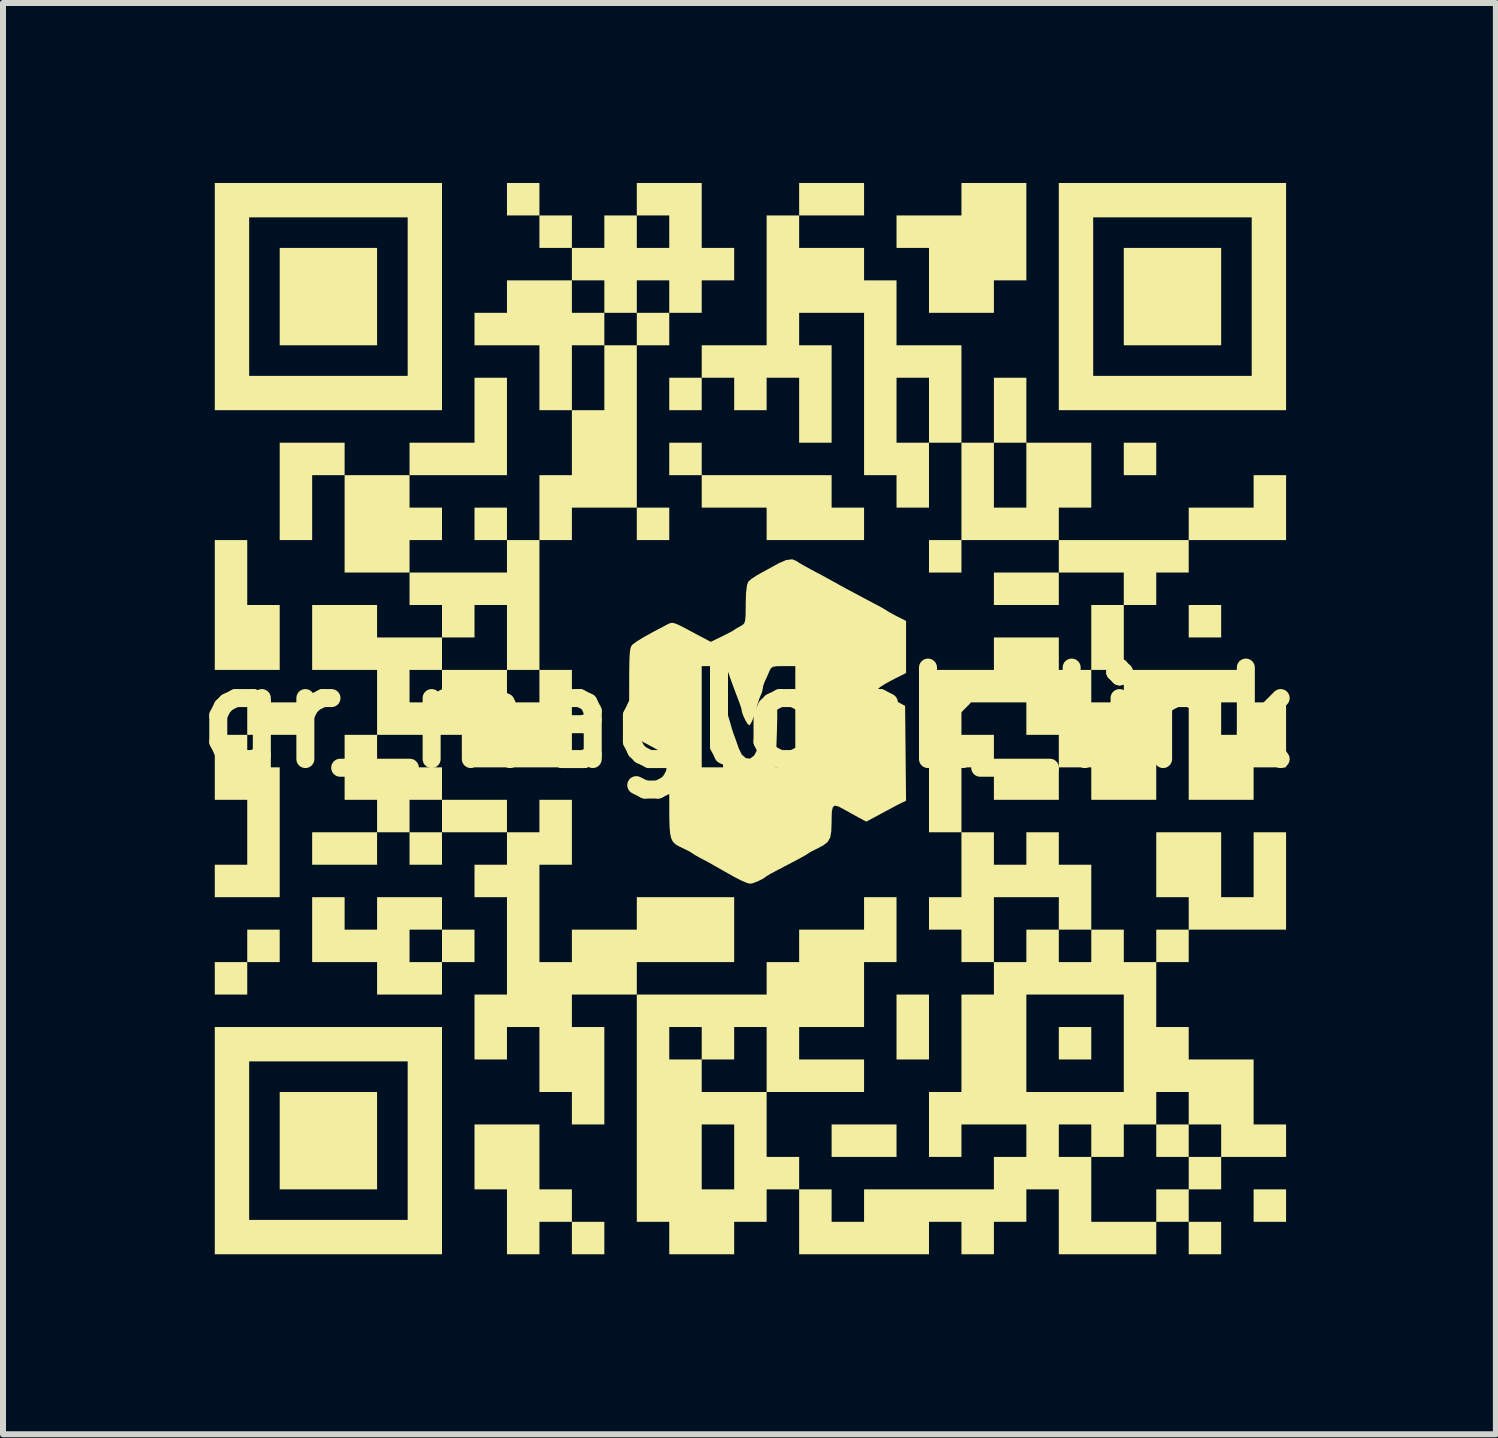
<source format=kicad_pcb>
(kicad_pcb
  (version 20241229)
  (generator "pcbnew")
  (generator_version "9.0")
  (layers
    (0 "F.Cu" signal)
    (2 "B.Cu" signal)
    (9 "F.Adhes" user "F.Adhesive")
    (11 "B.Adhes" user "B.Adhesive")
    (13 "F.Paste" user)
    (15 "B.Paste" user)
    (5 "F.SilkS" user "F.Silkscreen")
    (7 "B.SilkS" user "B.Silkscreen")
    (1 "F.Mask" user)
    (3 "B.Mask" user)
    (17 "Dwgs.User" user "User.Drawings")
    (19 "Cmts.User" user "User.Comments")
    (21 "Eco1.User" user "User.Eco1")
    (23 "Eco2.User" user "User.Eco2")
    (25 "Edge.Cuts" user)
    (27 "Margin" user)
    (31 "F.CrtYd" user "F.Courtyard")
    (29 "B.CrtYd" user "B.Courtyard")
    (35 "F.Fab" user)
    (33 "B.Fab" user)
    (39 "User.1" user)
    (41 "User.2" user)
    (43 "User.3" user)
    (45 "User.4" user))
  (footprint "qr_maglock_link"
    (layer "F.Cu")
    (at 9.442 8.912)
    (property "Reference" "qr_maglock_link" (at 0 0 0) (layer "F.SilkS") (effects (font (size 1.524 1.524) (thickness 0.3))))
    (attr board_only exclude_from_pos_files exclude_from_bom)
    (fp_poly (pts (xy -8.371 4.615) (xy -8.912 4.615) (xy -8.912 4.074) (xy -8.371 4.074)) (stroke (width 0) (type solid)) (fill yes) (layer "F.SilkS"))
    (fp_poly (pts (xy -7.83 4.074) (xy -8.371 4.074) (xy -8.371 3.533) (xy -7.83 3.533)) (stroke (width 0) (type solid)) (fill yes) (layer "F.SilkS"))
    (fp_poly (pts (xy -7.289 0.286) (xy -8.371 0.286) (xy -8.371 -0.255) (xy -7.289 -0.255)) (stroke (width 0) (type solid)) (fill yes) (layer "F.SilkS"))
    (fp_poly (pts (xy -6.207 -6.207) (xy -7.83 -6.207) (xy -7.83 -7.83) (xy -6.207 -7.83)) (stroke (width 0) (type solid)) (fill yes) (layer "F.SilkS"))
    (fp_poly (pts (xy -6.207 2.451) (xy -7.289 2.451) (xy -7.289 1.91) (xy -6.207 1.91)) (stroke (width 0) (type solid)) (fill yes) (layer "F.SilkS"))
    (fp_poly (pts (xy -6.207 7.862) (xy -7.83 7.862) (xy -7.83 6.239) (xy -6.207 6.239)) (stroke (width 0) (type solid)) (fill yes) (layer "F.SilkS"))
    (fp_poly (pts (xy -5.125 2.451) (xy -5.666 2.451) (xy -5.666 1.91) (xy -5.125 1.91)) (stroke (width 0) (type solid)) (fill yes) (layer "F.SilkS"))
    (fp_poly (pts (xy -4.042 -2.96) (xy -4.583 -2.96) (xy -4.583 -3.501) (xy -4.042 -3.501)) (stroke (width 0) (type solid)) (fill yes) (layer "F.SilkS"))
    (fp_poly (pts (xy -4.042 1.91) (xy -5.125 1.91) (xy -5.125 1.369) (xy -4.042 1.369)) (stroke (width 0) (type solid)) (fill yes) (layer "F.SilkS"))
    (fp_poly (pts (xy -3.501 -8.371) (xy -4.042 -8.371) (xy -4.042 -8.912) (xy -3.501 -8.912)) (stroke (width 0) (type solid)) (fill yes) (layer "F.SilkS"))
    (fp_poly (pts (xy -2.96 -7.83) (xy -3.501 -7.83) (xy -3.501 -8.371) (xy -2.96 -8.371)) (stroke (width 0) (type solid)) (fill yes) (layer "F.SilkS"))
    (fp_poly (pts (xy -2.419 8.944) (xy -2.96 8.944) (xy -2.96 8.403) (xy -2.419 8.403)) (stroke (width 0) (type solid)) (fill yes) (layer "F.SilkS"))
    (fp_poly (pts (xy -1.337 -2.96) (xy -1.878 -2.96) (xy -1.878 -3.501) (xy -1.337 -3.501)) (stroke (width 0) (type solid)) (fill yes) (layer "F.SilkS"))
    (fp_poly (pts (xy -0.796 -5.125) (xy -1.337 -5.125) (xy -1.337 -5.666) (xy -0.796 -5.666)) (stroke (width 0) (type solid)) (fill yes) (layer "F.SilkS"))
    (fp_poly (pts (xy -0.796 -4.042) (xy -1.337 -4.042) (xy -1.337 -4.583) (xy -0.796 -4.583)) (stroke (width 0) (type solid)) (fill yes) (layer "F.SilkS"))
    (fp_poly (pts (xy 1.91 -8.371) (xy 0.828 -8.371) (xy 0.828 -8.912) (xy 1.91 -8.912)) (stroke (width 0) (type solid)) (fill yes) (layer "F.SilkS"))
    (fp_poly (pts (xy 2.451 7.321) (xy 1.369 7.321) (xy 1.369 6.78) (xy 2.451 6.78)) (stroke (width 0) (type solid)) (fill yes) (layer "F.SilkS"))
    (fp_poly (pts (xy 2.992 5.697) (xy 2.451 5.697) (xy 2.451 4.615) (xy 2.992 4.615)) (stroke (width 0) (type solid)) (fill yes) (layer "F.SilkS"))
    (fp_poly (pts (xy 3.533 -2.419) (xy 2.992 -2.419) (xy 2.992 -2.96) (xy 3.533 -2.96)) (stroke (width 0) (type solid)) (fill yes) (layer "F.SilkS"))
    (fp_poly (pts (xy 5.156 -1.878) (xy 4.074 -1.878) (xy 4.074 -2.419) (xy 5.156 -2.419)) (stroke (width 0) (type solid)) (fill yes) (layer "F.SilkS"))
    (fp_poly (pts (xy 5.697 5.697) (xy 5.156 5.697) (xy 5.156 5.156) (xy 5.697 5.156)) (stroke (width 0) (type solid)) (fill yes) (layer "F.SilkS"))
    (fp_poly (pts (xy 6.78 -4.042) (xy 6.239 -4.042) (xy 6.239 -4.583) (xy 6.78 -4.583)) (stroke (width 0) (type solid)) (fill yes) (layer "F.SilkS"))
    (fp_poly (pts (xy 7.321 4.074) (xy 6.78 4.074) (xy 6.78 3.533) (xy 7.321 3.533)) (stroke (width 0) (type solid)) (fill yes) (layer "F.SilkS"))
    (fp_poly (pts (xy 7.321 7.321) (xy 6.78 7.321) (xy 6.78 6.78) (xy 7.321 6.78)) (stroke (width 0) (type solid)) (fill yes) (layer "F.SilkS"))
    (fp_poly (pts (xy 7.862 -6.207) (xy 6.239 -6.207) (xy 6.239 -7.83) (xy 7.862 -7.83)) (stroke (width 0) (type solid)) (fill yes) (layer "F.SilkS"))
    (fp_poly (pts (xy 7.862 -1.337) (xy 7.321 -1.337) (xy 7.321 -1.878) (xy 7.862 -1.878)) (stroke (width 0) (type solid)) (fill yes) (layer "F.SilkS"))
    (fp_poly (pts (xy 7.862 8.944) (xy 7.321 8.944) (xy 7.321 8.403) (xy 7.862 8.403)) (stroke (width 0) (type solid)) (fill yes) (layer "F.SilkS"))
    (fp_poly (pts (xy 8.944 8.403) (xy 8.403 8.403) (xy 8.403 7.862) (xy 8.944 7.862)) (stroke (width 0) (type solid)) (fill yes) (layer "F.SilkS"))
    (fp_poly (pts (xy -8.371 -1.878) (xy -7.83 -1.878) (xy -7.83 -0.796) (xy -8.912 -0.796) (xy -8.912 -2.96) (xy -8.371 -2.96)) (stroke (width 0) (type solid)) (fill yes) (layer "F.SilkS"))
    (fp_poly (pts (xy -6.748 -4.042) (xy -7.289 -4.042) (xy -7.289 -2.96) (xy -7.83 -2.96) (xy -7.83 -4.583) (xy -6.748 -4.583)) (stroke (width 0) (type solid)) (fill yes) (layer "F.SilkS"))
    (fp_poly (pts (xy -4.042 -4.042) (xy -5.666 -4.042) (xy -5.666 -4.583) (xy -4.583 -4.583) (xy -4.583 -5.666) (xy -4.042 -5.666)) (stroke (width 0) (type solid)) (fill yes) (layer "F.SilkS"))
    (fp_poly (pts (xy 8.944 -2.96) (xy 7.321 -2.96) (xy 7.321 -3.501) (xy 8.403 -3.501) (xy 8.403 -4.042) (xy 8.944 -4.042)) (stroke (width 0) (type solid)) (fill yes) (layer "F.SilkS"))
    (fp_poly (pts (xy -5.666 -3.501) (xy -5.125 -3.501) (xy -5.125 -2.96) (xy -5.666 -2.96) (xy -5.666 -2.419) (xy -6.748 -2.419) (xy -6.748 -4.042) (xy -5.666 -4.042)) (stroke (width 0) (type solid)) (fill yes) (layer "F.SilkS"))
    (fp_poly (pts (xy 1.369 -3.501) (xy 1.91 -3.501) (xy 1.91 -2.96) (xy 0.286 -2.96) (xy 0.286 -3.501) (xy -0.796 -3.501) (xy -0.796 -4.042) (xy 1.369 -4.042)) (stroke (width 0) (type solid)) (fill yes) (layer "F.SilkS"))
    (fp_poly (pts (xy 5.156 -2.96) (xy 7.321 -2.96) (xy 7.321 -2.419) (xy 6.78 -2.419) (xy 6.78 -1.878) (xy 6.239 -1.878) (xy 6.239 -2.419) (xy 5.156 -2.419)) (stroke (width 0) (type solid)) (fill yes) (layer "F.SilkS"))
    (fp_poly (pts (xy -8.371 0.828) (xy -7.83 0.828) (xy -7.83 2.992) (xy -8.912 2.992) (xy -8.912 2.451) (xy -8.371 2.451) (xy -8.371 1.369) (xy -8.912 1.369) (xy -8.912 0.286) (xy -8.371 0.286)) (stroke (width 0) (type solid)) (fill yes) (layer "F.SilkS"))
    (fp_poly (pts (xy -6.207 0.828) (xy -5.125 0.828) (xy -5.125 1.369) (xy -5.666 1.369) (xy -5.666 1.91) (xy -6.207 1.91) (xy -6.207 1.369) (xy -6.748 1.369) (xy -6.748 0.286) (xy -6.207 0.286)) (stroke (width 0) (type solid)) (fill yes) (layer "F.SilkS"))
    (fp_poly (pts (xy -3.501 7.862) (xy -2.96 7.862) (xy -2.96 8.403) (xy -3.501 8.403) (xy -3.501 8.944) (xy -4.042 8.944) (xy -4.042 7.862) (xy -4.583 7.862) (xy -4.583 6.78) (xy -3.501 6.78)) (stroke (width 0) (type solid)) (fill yes) (layer "F.SilkS"))
    (fp_poly (pts (xy 4.615 -7.289) (xy 4.074 -7.289) (xy 4.074 -6.748) (xy 2.992 -6.748) (xy 2.992 -7.83) (xy 2.451 -7.83) (xy 2.451 -8.371) (xy 3.533 -8.371) (xy 3.533 -8.912) (xy 4.615 -8.912)) (stroke (width 0) (type solid)) (fill yes) (layer "F.SilkS"))
    (fp_poly (pts (xy 7.862 2.992) (xy 8.403 2.992) (xy 8.403 1.91) (xy 8.944 1.91) (xy 8.944 3.533) (xy 7.321 3.533) (xy 7.321 2.992) (xy 6.78 2.992) (xy 6.78 1.91) (xy 7.862 1.91)) (stroke (width 0) (type solid)) (fill yes) (layer "F.SilkS"))
    (fp_poly (pts (xy -5.125 -5.125) (xy -8.912 -5.125) (xy -8.912 -5.697) (xy -8.339 -5.697) (xy -5.697 -5.697) (xy -5.697 -8.339) (xy -8.339 -8.339) (xy -8.339 -5.697) (xy -8.912 -5.697) (xy -8.912 -8.912) (xy -5.125 -8.912)) (stroke (width 0) (type solid)) (fill yes) (layer "F.SilkS"))
    (fp_poly (pts (xy -5.125 8.944) (xy -8.912 8.944) (xy -8.912 8.371) (xy -8.339 8.371) (xy -5.697 8.371) (xy -5.697 5.729) (xy -8.339 5.729) (xy -8.339 8.371) (xy -8.912 8.371) (xy -8.912 5.156) (xy -5.125 5.156)) (stroke (width 0) (type solid)) (fill yes) (layer "F.SilkS"))
    (fp_poly (pts (xy 8.944 -5.125) (xy 5.156 -5.125) (xy 5.156 -5.697) (xy 5.729 -5.697) (xy 8.371 -5.697) (xy 8.371 -8.339) (xy 5.729 -8.339) (xy 5.729 -5.697) (xy 5.156 -5.697) (xy 5.156 -8.912) (xy 8.944 -8.912)) (stroke (width 0) (type solid)) (fill yes) (layer "F.SilkS"))
    (fp_poly (pts (xy 5.697 -4.583) (xy 5.697 -3.501) (xy 5.156 -3.501) (xy 5.156 -2.96) (xy 3.533 -2.96) (xy 3.533 -3.501) (xy 4.074 -3.501) (xy 4.615 -3.501) (xy 4.615 -4.583) (xy 4.074 -4.583) (xy 4.074 -3.501) (xy 3.533 -3.501) (xy 3.533 -4.583) (xy 4.074 -4.583) (xy 4.074 -5.666) (xy 4.615 -5.666) (xy 4.615 -4.583)) (stroke (width 0) (type solid)) (fill yes) (layer "F.SilkS"))
    (fp_poly (pts (xy -4.583 3.533) (xy -4.583 4.074) (xy -5.125 4.074) (xy -5.125 4.615) (xy -6.207 4.615) (xy -6.207 4.074) (xy -5.666 4.074) (xy -5.125 4.074) (xy -5.125 3.533) (xy -5.666 3.533) (xy -5.666 4.074) (xy -6.207 4.074) (xy -7.289 4.074) (xy -7.289 2.992) (xy -6.748 2.992) (xy -6.748 3.533) (xy -6.207 3.533) (xy -6.207 2.992) (xy -5.125 2.992) (xy -5.125 3.533)) (stroke (width 0) (type solid)) (fill yes) (layer "F.SilkS"))
    (fp_poly (pts (xy -2.96 2.451) (xy -3.501 2.451) (xy -3.501 4.074) (xy -2.96 4.074) (xy -2.96 3.533) (xy -1.878 3.533) (xy -1.878 2.992) (xy -0.255 2.992) (xy -0.255 4.074) (xy -1.878 4.074) (xy -1.878 4.615) (xy -2.96 4.615) (xy -2.96 5.156) (xy -2.419 5.156) (xy -2.419 6.78) (xy -2.96 6.78) (xy -2.96 6.239) (xy -3.501 6.239) (xy -3.501 5.156) (xy -4.042 5.156) (xy -4.042 5.697) (xy -4.583 5.697) (xy -4.583 4.615) (xy -4.042 4.615) (xy -4.042 2.992) (xy -4.583 2.992) (xy -4.583 2.451) (xy -4.042 2.451) (xy -4.042 1.91) (xy -3.501 1.91) (xy -3.501 1.369) (xy -2.96 1.369)) (stroke (width 0) (type solid)) (fill yes) (layer "F.SilkS"))
    (fp_poly (pts (xy -0.796 -6.207) (xy 0.286 -6.207) (xy 0.286 -8.371) (xy 0.828 -8.371) (xy 0.828 -7.83) (xy 1.91 -7.83) (xy 1.91 -7.289) (xy 2.451 -7.289) (xy 2.451 -6.207) (xy 3.533 -6.207) (xy 3.533 -4.583) (xy 2.992 -4.583) (xy 2.992 -3.501) (xy 2.451 -3.501) (xy 2.451 -4.042) (xy 1.91 -4.042) (xy 1.91 -4.583) (xy 2.451 -4.583) (xy 2.992 -4.583) (xy 2.992 -5.666) (xy 2.451 -5.666) (xy 2.451 -4.583) (xy 1.91 -4.583) (xy 1.91 -6.748) (xy 0.828 -6.748) (xy 0.828 -6.207) (xy 1.369 -6.207) (xy 1.369 -4.583) (xy 0.828 -4.583) (xy 0.828 -5.666) (xy 0.286 -5.666) (xy 0.286 -5.125) (xy -0.255 -5.125) (xy -0.255 -5.666) (xy -0.796 -5.666)) (stroke (width 0) (type solid)) (fill yes) (layer "F.SilkS"))
    (fp_poly (pts (xy -6.207 -0.796) (xy -7.289 -0.796) (xy -7.289 -1.878) (xy -6.207 -1.878) (xy -6.207 -1.337) (xy -5.125 -1.337) (xy -5.125 -1.878) (xy -5.666 -1.878) (xy -5.666 -2.419) (xy -4.042 -2.419) (xy -4.042 -2.96) (xy -3.501 -2.96) (xy -3.501 -0.796) (xy -2.96 -0.796) (xy -2.96 0.828) (xy -4.583 0.828) (xy -4.583 0.286) (xy -6.207 0.286) (xy -6.207 -0.255) (xy -5.666 -0.255) (xy -5.125 -0.255) (xy -4.042 -0.255) (xy -3.501 -0.255) (xy -3.501 -0.796) (xy -4.042 -0.796) (xy -4.042 -0.255) (xy -5.125 -0.255) (xy -5.125 -0.796) (xy -4.042 -0.796) (xy -4.042 -1.878) (xy -4.583 -1.878) (xy -4.583 -1.337) (xy -5.125 -1.337) (xy -5.125 -0.796) (xy -5.666 -0.796) (xy -5.666 -0.255) (xy -6.207 -0.255)) (stroke (width 0) (type solid)) (fill yes) (layer "F.SilkS"))
    (fp_poly (pts (xy 2.451 4.074) (xy 1.91 4.074) (xy 1.91 5.156) (xy 0.828 5.156) (xy 0.828 5.697) (xy 1.91 5.697) (xy 1.91 6.239) (xy 0.286 6.239) (xy 0.286 7.321) (xy 0.828 7.321) (xy 0.828 7.862) (xy 0.286 7.862) (xy 0.286 8.403) (xy -0.255 8.403) (xy -0.255 8.944) (xy -1.337 8.944) (xy -1.337 8.403) (xy -1.878 8.403) (xy -1.878 7.862) (xy -0.796 7.862) (xy -0.255 7.862) (xy -0.255 6.78) (xy -0.796 6.78) (xy -0.796 7.862) (xy -1.878 7.862) (xy -1.878 6.239) (xy -0.796 6.239) (xy 0.286 6.239) (xy 0.286 5.156) (xy -0.255 5.156) (xy -0.255 5.697) (xy -0.796 5.697) (xy -0.796 6.239) (xy -1.878 6.239) (xy -1.878 5.697) (xy -1.337 5.697) (xy -0.796 5.697) (xy -0.796 5.156) (xy -1.337 5.156) (xy -1.337 5.697) (xy -1.878 5.697) (xy -1.878 4.615) (xy 0.286 4.615) (xy 0.286 4.074) (xy 0.828 4.074) (xy 0.828 3.533) (xy 1.91 3.533) (xy 1.91 2.992) (xy 2.451 2.992)) (stroke (width 0) (type solid)) (fill yes) (layer "F.SilkS"))
    (fp_poly (pts (xy -0.796 -7.83) (xy -0.255 -7.83) (xy -0.255 -7.289) (xy -0.796 -7.289) (xy -0.796 -6.748) (xy -1.337 -6.748) (xy -1.337 -6.207) (xy -1.878 -6.207) (xy -1.878 -3.501) (xy -2.96 -3.501) (xy -2.96 -2.96) (xy -3.501 -2.96) (xy -3.501 -4.042) (xy -2.96 -4.042) (xy -2.96 -5.125) (xy -2.419 -5.125) (xy -2.419 -6.207) (xy -1.878 -6.207) (xy -1.878 -6.748) (xy -1.337 -6.748) (xy -1.337 -7.289) (xy -1.878 -7.289) (xy -1.878 -6.748) (xy -2.419 -6.748) (xy -2.419 -6.207) (xy -2.96 -6.207) (xy -2.96 -5.125) (xy -3.501 -5.125) (xy -3.501 -6.207) (xy -4.583 -6.207) (xy -4.583 -6.748) (xy -4.042 -6.748) (xy -2.96 -6.748) (xy -2.419 -6.748) (xy -2.419 -7.289) (xy -2.96 -7.289) (xy -2.96 -6.748) (xy -4.042 -6.748) (xy -4.042 -7.289) (xy -2.96 -7.289) (xy -2.96 -7.83) (xy -2.419 -7.83) (xy -1.878 -7.83) (xy -1.337 -7.83) (xy -1.337 -8.371) (xy -1.878 -8.371) (xy -1.878 -7.83) (xy -2.419 -7.83) (xy -2.419 -8.371) (xy -1.878 -8.371) (xy -1.878 -8.912) (xy -0.796 -8.912)) (stroke (width 0) (type solid)) (fill yes) (layer "F.SilkS"))
    (fp_poly (pts (xy 8.944 -0.255) (xy 8.944 0.828) (xy 8.403 0.828) (xy 8.403 1.369) (xy 7.321 1.369) (xy 7.321 0.286) (xy 7.862 0.286) (xy 8.403 0.286) (xy 8.403 -0.255) (xy 7.862 -0.255) (xy 7.862 0.286) (xy 7.321 0.286) (xy 7.321 -0.255) (xy 6.78 -0.255) (xy 6.78 1.369) (xy 5.697 1.369) (xy 5.697 0.828) (xy 5.156 0.828) (xy 5.156 1.369) (xy 4.074 1.369) (xy 4.074 0.828) (xy 3.533 0.828) (xy 3.533 1.91) (xy 2.992 1.91) (xy 2.992 0.286) (xy 3.533 0.286) (xy 4.074 0.286) (xy 4.074 0.828) (xy 5.156 0.828) (xy 5.156 0.286) (xy 4.615 0.286) (xy 4.615 -0.255) (xy 5.697 -0.255) (xy 6.239 -0.255) (xy 6.239 -0.796) (xy 5.697 -0.796) (xy 5.697 -0.255) (xy 4.615 -0.255) (xy 3.533 -0.255) (xy 3.533 0.286) (xy 2.992 0.286) (xy 2.992 -0.796) (xy 4.074 -0.796) (xy 4.074 -1.337) (xy 5.156 -1.337) (xy 5.156 -0.796) (xy 5.697 -0.796) (xy 5.697 -1.878) (xy 6.239 -1.878) (xy 6.239 -0.796) (xy 8.403 -0.796) (xy 8.403 -0.255)) (stroke (width 0) (type solid)) (fill yes) (layer "F.SilkS"))
    (fp_poly (pts (xy 6.239 3.533) (xy 6.239 4.074) (xy 6.78 4.074) (xy 6.78 5.156) (xy 7.321 5.156) (xy 7.321 5.697) (xy 8.403 5.697) (xy 8.403 6.78) (xy 8.944 6.78) (xy 8.944 7.321) (xy 7.862 7.321) (xy 7.862 7.862) (xy 7.321 7.862) (xy 7.321 8.403) (xy 6.78 8.403) (xy 6.78 8.944) (xy 5.156 8.944) (xy 5.156 8.403) (xy 5.697 8.403) (xy 6.78 8.403) (xy 6.78 7.862) (xy 7.321 7.862) (xy 7.321 7.321) (xy 7.862 7.321) (xy 7.862 6.78) (xy 7.321 6.78) (xy 7.321 6.239) (xy 6.78 6.239) (xy 6.78 6.78) (xy 6.239 6.78) (xy 6.239 7.321) (xy 5.697 7.321) (xy 5.697 8.403) (xy 5.156 8.403) (xy 5.156 7.862) (xy 4.615 7.862) (xy 4.615 8.403) (xy 4.074 8.403) (xy 4.074 8.944) (xy 3.533 8.944) (xy 3.533 8.403) (xy 2.992 8.403) (xy 2.992 8.944) (xy 0.828 8.944) (xy 0.828 7.862) (xy 1.369 7.862) (xy 1.369 8.403) (xy 1.91 8.403) (xy 1.91 7.862) (xy 4.074 7.862) (xy 4.074 7.321) (xy 4.615 7.321) (xy 5.156 7.321) (xy 5.697 7.321) (xy 5.697 6.78) (xy 5.156 6.78) (xy 5.156 7.321) (xy 4.615 7.321) (xy 4.615 6.78) (xy 3.533 6.78) (xy 3.533 7.321) (xy 2.992 7.321) (xy 2.992 6.239) (xy 3.533 6.239) (xy 4.615 6.239) (xy 6.239 6.239) (xy 6.239 4.615) (xy 4.615 4.615) (xy 4.615 6.239) (xy 3.533 6.239) (xy 3.533 4.615) (xy 4.074 4.615) (xy 4.074 4.074) (xy 4.615 4.074) (xy 5.156 4.074) (xy 5.697 4.074) (xy 5.697 3.533) (xy 5.156 3.533) (xy 5.156 4.074) (xy 4.615 4.074) (xy 4.615 3.533) (xy 5.156 3.533) (xy 5.156 2.992) (xy 4.074 2.992) (xy 4.074 4.074) (xy 3.533 4.074) (xy 3.533 3.533) (xy 2.992 3.533) (xy 2.992 2.992) (xy 3.533 2.992) (xy 3.533 1.91) (xy 4.074 1.91) (xy 4.074 2.451) (xy 4.615 2.451) (xy 4.615 1.91) (xy 5.156 1.91) (xy 5.156 2.451) (xy 5.697 2.451) (xy 5.697 3.533)) (stroke (width 0) (type solid)) (fill yes) (layer "F.SilkS"))
    (fp_poly (pts (xy 0.781 -2.612) (xy 0.823 -2.584) (xy 0.904 -2.536) (xy 1.011 -2.478) (xy 1.034 -2.465) (xy 1.165 -2.396) (xy 1.296 -2.325) (xy 1.399 -2.268) (xy 1.401 -2.267) (xy 1.561 -2.178) (xy 1.766 -2.068) (xy 2.001 -1.943) (xy 2.101 -1.89) (xy 2.195 -1.84) (xy 2.265 -1.8) (xy 2.292 -1.782) (xy 2.327 -1.76) (xy 2.4 -1.72) (xy 2.459 -1.689) (xy 2.61 -1.613) (xy 2.61 -0.745) (xy 2.37 -0.623) (xy 2.262 -0.564) (xy 2.182 -0.513) (xy 2.142 -0.478) (xy 2.14 -0.47) (xy 2.171 -0.442) (xy 2.244 -0.393) (xy 2.345 -0.333) (xy 2.372 -0.318) (xy 2.594 -0.196) (xy 2.602 0.594) (xy 2.61 1.385) (xy 2.539 1.418) (xy 2.479 1.448) (xy 2.381 1.5) (xy 2.261 1.564) (xy 2.207 1.593) (xy 1.947 1.733) (xy 1.825 1.667) (xy 1.712 1.605) (xy 1.596 1.54) (xy 1.583 1.533) (xy 1.487 1.482) (xy 1.425 1.465) (xy 1.39 1.49) (xy 1.373 1.562) (xy 1.369 1.69) (xy 1.369 1.735) (xy 1.364 1.889) (xy 1.346 1.996) (xy 1.305 2.07) (xy 1.232 2.128) (xy 1.125 2.184) (xy 1.045 2.223) (xy 0.994 2.252) (xy 0.987 2.258) (xy 0.949 2.283) (xy 0.857 2.335) (xy 0.708 2.414) (xy 0.503 2.522) (xy 0.43 2.56) (xy 0.349 2.603) (xy 0.296 2.635) (xy 0.286 2.642) (xy 0.228 2.683) (xy 0.142 2.726) (xy 0.057 2.759) (xy 0.011 2.768) (xy -0.046 2.753) (xy -0.137 2.714) (xy -0.239 2.662) (xy -0.361 2.594) (xy -0.481 2.526) (xy -0.557 2.483) (xy -0.671 2.418) (xy -0.791 2.354) (xy -0.812 2.343) (xy -0.892 2.299) (xy -0.945 2.266) (xy -0.955 2.258) (xy -0.991 2.235) (xy -1.064 2.198) (xy -1.093 2.184) (xy -1.171 2.147) (xy -1.23 2.112) (xy -1.274 2.071) (xy -1.303 2.014) (xy -1.322 1.933) (xy -1.332 1.818) (xy -1.336 1.662) (xy -1.337 1.455) (xy -1.337 1.345) (xy -1.339 1.145) (xy -1.342 0.966) (xy -1.346 0.828) (xy -0.796 0.828) (xy -0.439 0.828) (xy -0.458 0.485) (xy -0.469 0.32) (xy -0.48 0.155) (xy -0.491 0.016) (xy -0.497 -0.043) (xy -0.502 -0.165) (xy -0.492 -0.244) (xy -0.482 -0.263) (xy -0.449 -0.273) (xy -0.428 -0.236) (xy -0.399 -0.153) (xy -0.383 -0.111) (xy -0.359 -0.042) (xy -0.329 0.057) (xy -0.318 0.095) (xy -0.289 0.197) (xy -0.261 0.282) (xy -0.253 0.302) (xy -0.227 0.372) (xy -0.193 0.47) (xy -0.18 0.508) (xy -0.128 0.615) (xy -0.061 0.674) (xy 0.01 0.682) (xy 0.076 0.633) (xy 0.08 0.627) (xy 0.116 0.56) (xy 0.127 0.518) (xy 0.142 0.456) (xy 0.158 0.421) (xy 0.183 0.364) (xy 0.219 0.267) (xy 0.255 0.159) (xy 0.294 0.044) (xy 0.328 -0.055) (xy 0.349 -0.111) (xy 0.38 -0.192) (xy 0.394 -0.231) (xy 0.424 -0.278) (xy 0.444 -0.286) (xy 0.456 -0.255) (xy 0.462 -0.161) (xy 0.463 -0.007) (xy 0.458 0.207) (xy 0.456 0.271) (xy 0.436 0.828) (xy 0.764 0.828) (xy 0.764 -0.859) (xy 0.565 -0.859) (xy 0.455 -0.858) (xy 0.392 -0.848) (xy 0.356 -0.822) (xy 0.33 -0.772) (xy 0.324 -0.756) (xy 0.286 -0.668) (xy 0.253 -0.599) (xy 0.253 -0.597) (xy 0.227 -0.526) (xy 0.223 -0.493) (xy 0.209 -0.424) (xy 0.194 -0.389) (xy 0.168 -0.326) (xy 0.137 -0.23) (xy 0.126 -0.191) (xy 0.081 -0.044) (xy 0.041 0.063) (xy 0.007 0.12) (xy -0.005 0.127) (xy -0.033 0.101) (xy -0.07 0.039) (xy -0.105 -0.035) (xy -0.126 -0.098) (xy -0.127 -0.112) (xy -0.138 -0.162) (xy -0.167 -0.247) (xy -0.189 -0.306) (xy -0.235 -0.425) (xy -0.287 -0.566) (xy -0.321 -0.66) (xy -0.39 -0.859) (xy -0.796 -0.859) (xy -0.796 0.828) (xy -1.346 0.828) (xy -1.346 0.818) (xy -1.352 0.71) (xy -1.359 0.654) (xy -1.361 0.649) (xy -1.398 0.619) (xy -1.478 0.569) (xy -1.585 0.506) (xy -1.639 0.477) (xy -1.755 0.416) (xy -1.843 0.367) (xy -1.908 0.322) (xy -1.953 0.27) (xy -1.982 0.203) (xy -1.998 0.111) (xy -2.005 -0.015) (xy -2.006 -0.183) (xy -2.005 -0.404) (xy -2.005 -0.462) (xy -2.005 -0.692) (xy -2.003 -0.868) (xy -2 -0.997) (xy -1.994 -1.087) (xy -1.986 -1.147) (xy -1.973 -1.186) (xy -1.956 -1.212) (xy -1.943 -1.224) (xy -1.875 -1.274) (xy -1.758 -1.345) (xy -1.589 -1.438) (xy -1.412 -1.531) (xy -1.361 -1.559) (xy -1.322 -1.576) (xy -1.285 -1.581) (xy -1.237 -1.57) (xy -1.169 -1.541) (xy -1.07 -1.49) (xy -0.928 -1.414) (xy -0.872 -1.384) (xy -0.645 -1.264) (xy -0.458 -1.355) (xy -0.359 -1.404) (xy -0.286 -1.443) (xy -0.255 -1.463) (xy -0.217 -1.488) (xy -0.151 -1.525) (xy -0.112 -1.548) (xy -0.086 -1.576) (xy -0.072 -1.622) (xy -0.065 -1.699) (xy -0.063 -1.821) (xy -0.063 -1.891) (xy -0.057 -2.08) (xy -0.042 -2.206) (xy -0.02 -2.267) (xy 0.03 -2.311) (xy 0.116 -2.368) (xy 0.194 -2.413) (xy 0.312 -2.477) (xy 0.428 -2.541) (xy 0.486 -2.573) (xy 0.61 -2.627) (xy 0.713 -2.64)) (stroke (width 0) (type solid)) (fill yes) (layer "F.SilkS")))
  (gr_rect
    (start -3 -3)
    (end 21.883 20.856)
    (stroke (width 0.1) (type default))
    (fill no)
    (layer "Edge.Cuts")))
</source>
